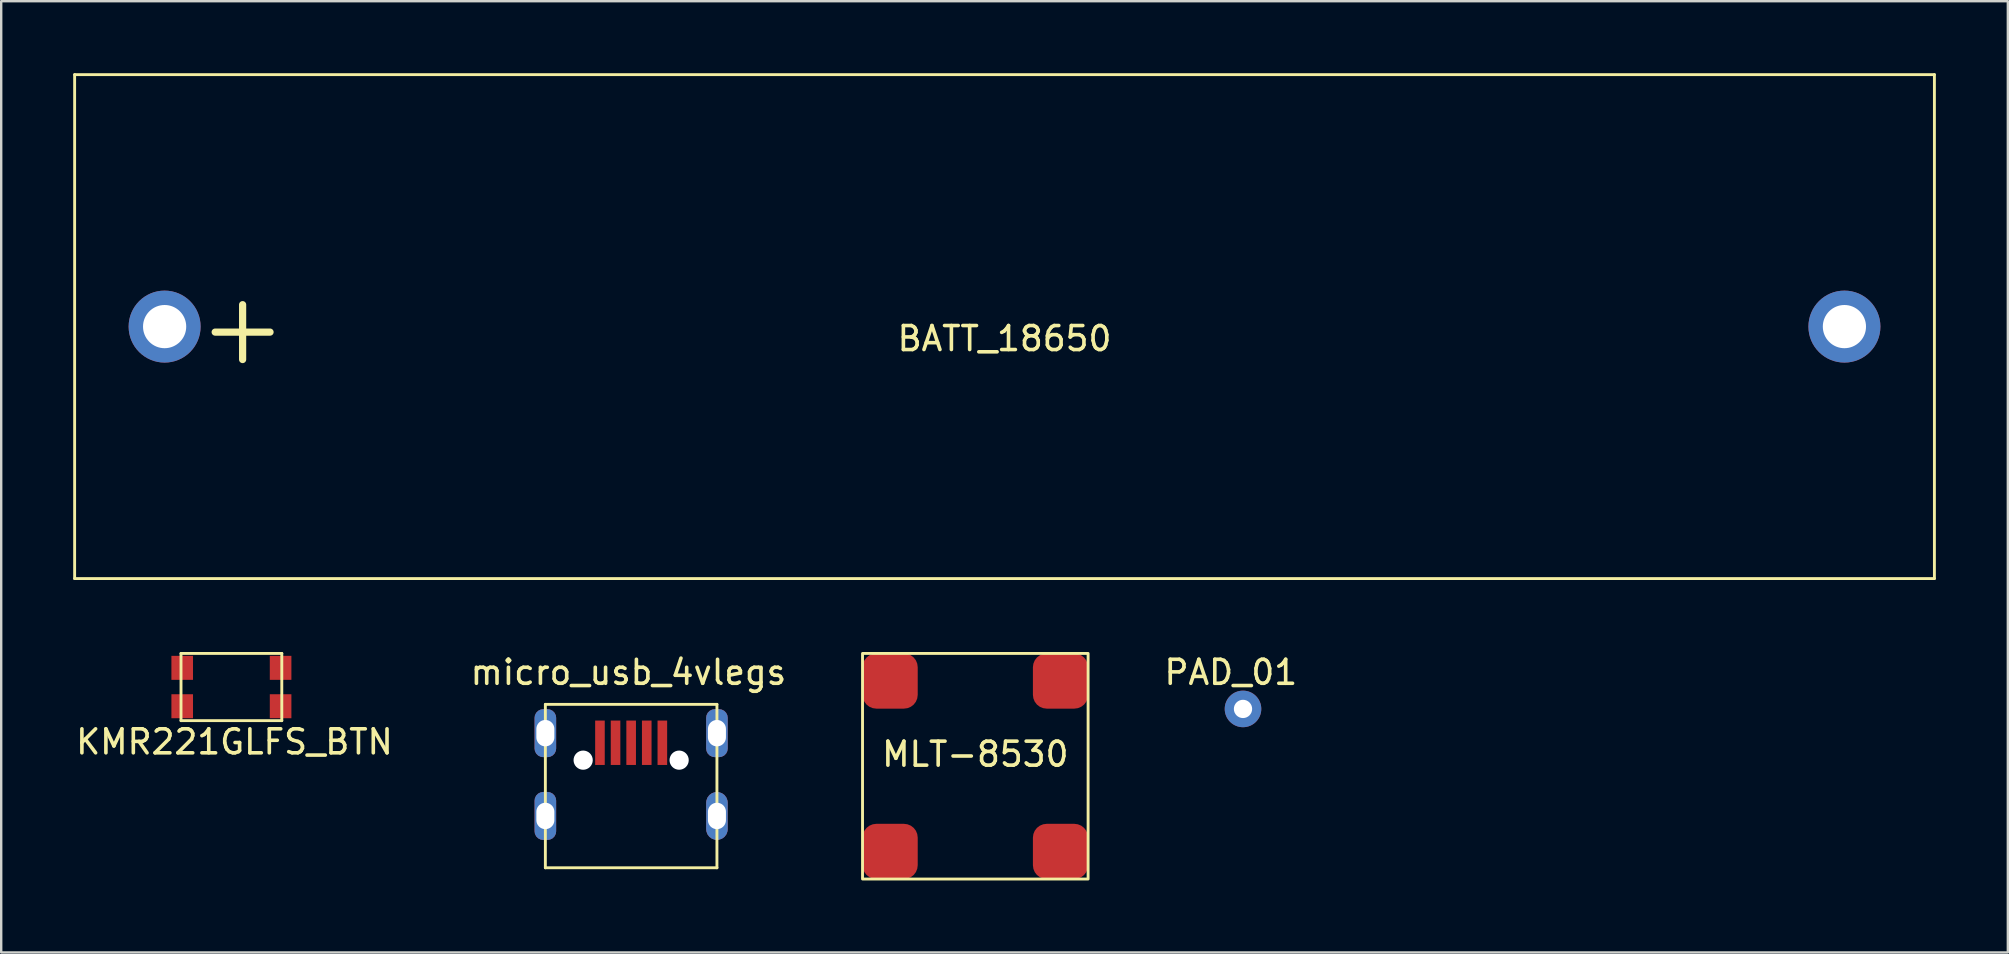
<source format=kicad_pcb>
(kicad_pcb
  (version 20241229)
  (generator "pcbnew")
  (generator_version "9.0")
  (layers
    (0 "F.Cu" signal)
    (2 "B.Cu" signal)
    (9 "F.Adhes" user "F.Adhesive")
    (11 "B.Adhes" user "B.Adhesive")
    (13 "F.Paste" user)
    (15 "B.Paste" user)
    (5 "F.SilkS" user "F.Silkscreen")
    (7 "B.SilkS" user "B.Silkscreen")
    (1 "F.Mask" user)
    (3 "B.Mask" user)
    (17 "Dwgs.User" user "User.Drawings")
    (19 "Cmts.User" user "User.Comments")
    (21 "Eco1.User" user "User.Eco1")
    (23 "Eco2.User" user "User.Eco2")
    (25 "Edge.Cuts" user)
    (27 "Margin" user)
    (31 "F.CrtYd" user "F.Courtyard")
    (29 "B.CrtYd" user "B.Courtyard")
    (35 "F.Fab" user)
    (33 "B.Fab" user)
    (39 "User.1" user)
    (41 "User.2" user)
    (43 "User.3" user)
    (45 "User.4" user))
  (footprint "micro_usb_4vlegs"
    (layer "F.Cu")
    (at 23.251 27.902)
    (property "Reference" "micro_usb_4vlegs" (at -0.114 -2.934 0) (layer "F.SilkS") (effects (font (size 1 1) (thickness 0.15))))
    (attr through_hole)
    (fp_line (start -3.575 -1.6) (end -3.575 5.21) (stroke (width 0.12) (type solid)) (layer "F.SilkS"))
    (fp_line (start -3.575 -1.6) (end 3.575 -1.6) (stroke (width 0.12) (type solid)) (layer "F.SilkS"))
    (fp_line (start 3.575 -1.6) (end 3.575 5.21) (stroke (width 0.12) (type solid)) (layer "F.SilkS"))
    (fp_line (start 3.575 5.21) (end -3.575 5.21) (stroke (width 0.12) (type solid)) (layer "F.SilkS"))
    (pad "" np_thru_hole circle (at -2 0.725) (size 0.8 0.8) (drill 0.8) (layers "*.Cu" "*.Mask"))
    (pad "" np_thru_hole circle (at 2 0.725) (size 0.8 0.8) (drill 0.8) (layers "*.Cu" "*.Mask"))
    (pad "1" smd rect (at -1.3 0) (size 0.4 1.85) (layers "F.Cu" "F.Mask" "F.Paste"))
    (pad "2" smd rect (at -0.65 0) (size 0.4 1.85) (layers "F.Cu" "F.Mask" "F.Paste"))
    (pad "3" smd rect (at 0 0) (size 0.4 1.85) (layers "F.Cu" "F.Mask" "F.Paste"))
    (pad "4" smd rect (at 0.65 0) (size 0.4 1.85) (layers "F.Cu" "F.Mask" "F.Paste"))
    (pad "5" smd rect (at 1.3 0) (size 0.4 1.85) (layers "F.Cu" "F.Mask" "F.Paste"))
    (pad "6" thru_hole roundrect (at -3.575 -0.4) (size 0.9 2) (drill oval 0.75 1.1) (layers "*.Cu" "*.Mask") (roundrect_rratio 0.4))
    (pad "6" thru_hole roundrect (at -3.575 3.05) (size 0.9 2) (drill oval 0.75 1.1) (layers "*.Cu" "*.Mask") (roundrect_rratio 0.4))
    (pad "6" thru_hole roundrect (at 3.575 -0.4) (size 0.9 2) (drill oval 0.75 1.1) (layers "*.Cu" "*.Mask") (roundrect_rratio 0.4))
    (pad "6" thru_hole roundrect (at 3.575 3.05) (size 0.9 2) (drill oval 0.75 1.1) (layers "*.Cu" "*.Mask") (roundrect_rratio 0.5)))
  (footprint "KMR221GLFS_BTN"
    (layer "F.Cu")
    (at 6.593 25.58)
    (property "Reference" "KMR221GLFS_BTN" (at 0.127 2.286 0) (layer "F.SilkS") (effects (font (size 1 1) (thickness 0.15))))
    (attr through_hole)
    (fp_line (start -2.1 -1.4) (end -2.1 1.4) (stroke (width 0.12) (type solid)) (layer "F.SilkS"))
    (fp_line (start -2.1 -1.4) (end 2.1 -1.4) (stroke (width 0.12) (type solid)) (layer "F.SilkS"))
    (fp_line (start -2.1 1.4) (end 2.1 1.4) (stroke (width 0.12) (type solid)) (layer "F.SilkS"))
    (fp_line (start 2.1 -1.4) (end 2.1 1.4) (stroke (width 0.12) (type solid)) (layer "F.SilkS"))
    (pad "1" smd rect (at -2.05 -0.8) (size 0.9 1) (layers "F.Cu" "F.Mask" "F.Paste"))
    (pad "1" smd rect (at 2.05 -0.8) (size 0.9 1) (layers "F.Cu" "F.Mask" "F.Paste"))
    (pad "2" smd rect (at -2.05 0.8) (size 0.9 1) (layers "F.Cu" "F.Mask" "F.Paste"))
    (pad "2" smd rect (at 2.05 0.8) (size 0.9 1) (layers "F.Cu" "F.Mask" "F.Paste")))
  (footprint "PAD_01"
    (layer "F.Cu")
    (at 48.748 26.492)
    (property "Reference" "PAD_01" (at -0.508 -1.524 0) (unlocked yes) (layer "F.SilkS") (effects (font (size 1 1) (thickness 0.15))))
    (attr through_hole)
    (pad "1" thru_hole circle (at 0 0) (size 1.524 1.524) (drill 0.762) (layers "*.Cu" "*.Mask")))
  (footprint "BATT_18650"
    (layer "F.Cu")
    (at 38.81 10.56)
    (property "Reference" "BATT_18650" (at 0 0.5 0) (layer "F.SilkS") (effects (font (size 1 1) (thickness 0.15))))
    (attr through_hole)
    (fp_line (start -38.75 -10.5) (end -38.75 10.5) (stroke (width 0.12) (type solid)) (layer "F.SilkS"))
    (fp_line (start -38.75 -10.5) (end 38.75 -10.5) (stroke (width 0.12) (type solid)) (layer "F.SilkS"))
    (fp_line (start -38.75 10.5) (end 38.75 10.5) (stroke (width 0.12) (type solid)) (layer "F.SilkS"))
    (fp_line (start 38.75 -10.5) (end 38.75 10.5) (stroke (width 0.12) (type solid)) (layer "F.SilkS"))
    (fp_text user "+" (at -31.75 0 0) (layer "F.SilkS") (effects (font (size 3 3) (thickness 0.3))))
    (pad "1" thru_hole circle (at -35 0) (size 3 3) (drill 1.8) (layers "*.Cu" "*.Mask"))
    (pad "2" thru_hole circle (at 35 0) (size 3 3) (drill 1.8) (layers "*.Cu" "*.Mask")))
  (footprint "MLT-8530"
    (layer "F.Cu")
    (at 37.593 28.88)
    (property "Reference" "MLT-8530" (at 0 -0.5 0) (unlocked yes) (layer "F.SilkS") (effects (font (size 1 1) (thickness 0.15))))
    (attr smd)
    (fp_rect (start -4.7 -4.7) (end 4.7 4.7) (stroke (width 0.12) (type solid)) (fill no) (layer "F.SilkS"))
    (pad "1" smd roundrect (at -3.55 -3.55) (size 2.3 2.3) (layers "F.Cu" "F.Mask" "F.Paste") (roundrect_rratio 0.25))
    (pad "2" smd roundrect (at -3.55 3.55) (size 2.3 2.3) (layers "F.Cu" "F.Mask" "F.Paste") (roundrect_rratio 0.25))
    (pad "3" smd roundrect (at 3.55 3.55) (size 2.3 2.3) (layers "F.Cu" "F.Mask" "F.Paste") (roundrect_rratio 0.25))
    (pad "4" smd roundrect (at 3.55 -3.55) (size 2.3 2.3) (layers "F.Cu" "F.Mask" "F.Paste") (roundrect_rratio 0.25)))
  (gr_rect
    (start -3 -3)
    (end 80.62 36.64)
    (stroke (width 0.1) (type default))
    (fill no)
    (layer "Edge.Cuts")))
</source>
